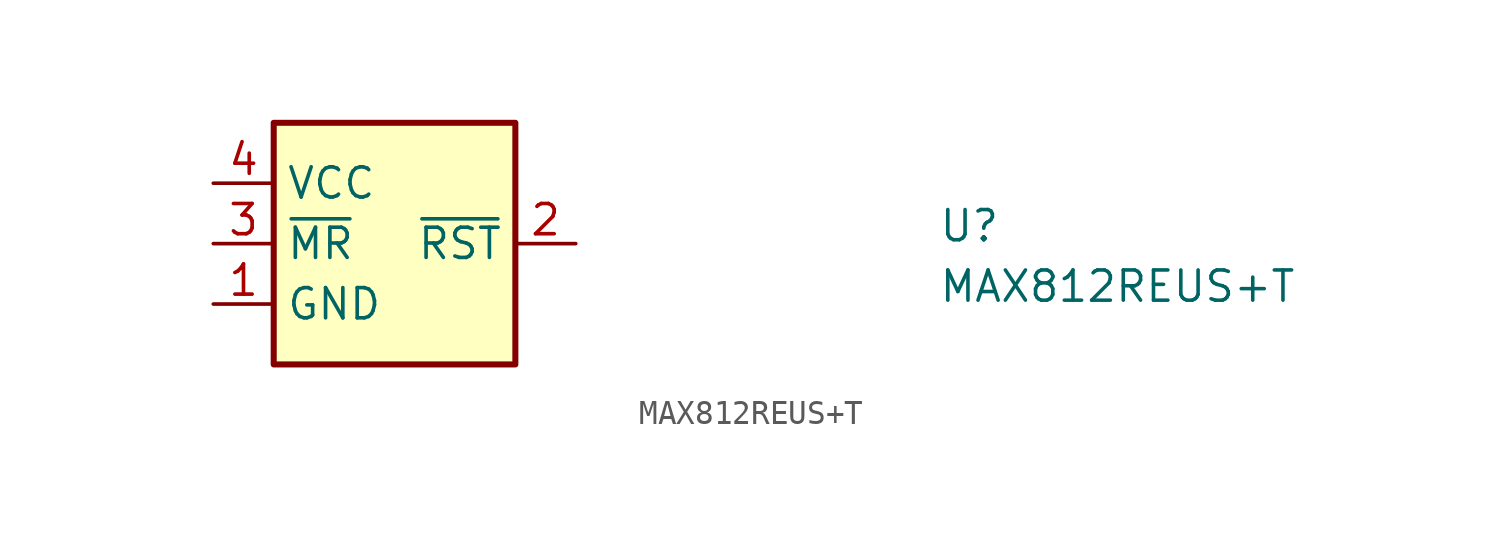
<source format=kicad_sym>
(kicad_symbol_lib
  (version 20211014)
  (generator kicad_symbol_editor)
  (symbol "MAX812REUS+T"
    (property "Reference" "U"
      (at 30.48 -2.54 0)
      (effects (font (size 1.27 1.27) (thickness 0.15)) (justify left bottom)))
    (property "Value" "MAX812REUS+T"
      (at 30.48 -5.08 0)
      (effects (font (size 1.27 1.27) (thickness 0.15)) (justify left bottom)))
    (symbol "MAX812REUS+T_1_1"
      (rectangle (start 2.54 2.54) (end 12.7 -7.62) (stroke (width 0.254) (type default) (color 0 0 0 0)) (fill (type background)))
      (pin power_in line (at 0 -5.08 0) (length 2.54) (name "GND" (effects (font (size 1.27 1.27)))) (number "1" (effects (font (size 1.27 1.27)))))
      (pin output line (at 15.24 -2.54 180) (length 2.54) (name "~{RST}" (effects (font (size 1.27 1.27)))) (number "2" (effects (font (size 1.27 1.27)))))
      (pin input line (at 0 -2.54 0) (length 2.54) (name "~{MR}" (effects (font (size 1.27 1.27)))) (number "3" (effects (font (size 1.27 1.27)))))
      (pin power_in line (at 0 0 0) (length 2.54) (name "VCC" (effects (font (size 1.27 1.27)))) (number "4" (effects (font (size 1.27 1.27))))))))
</source>
